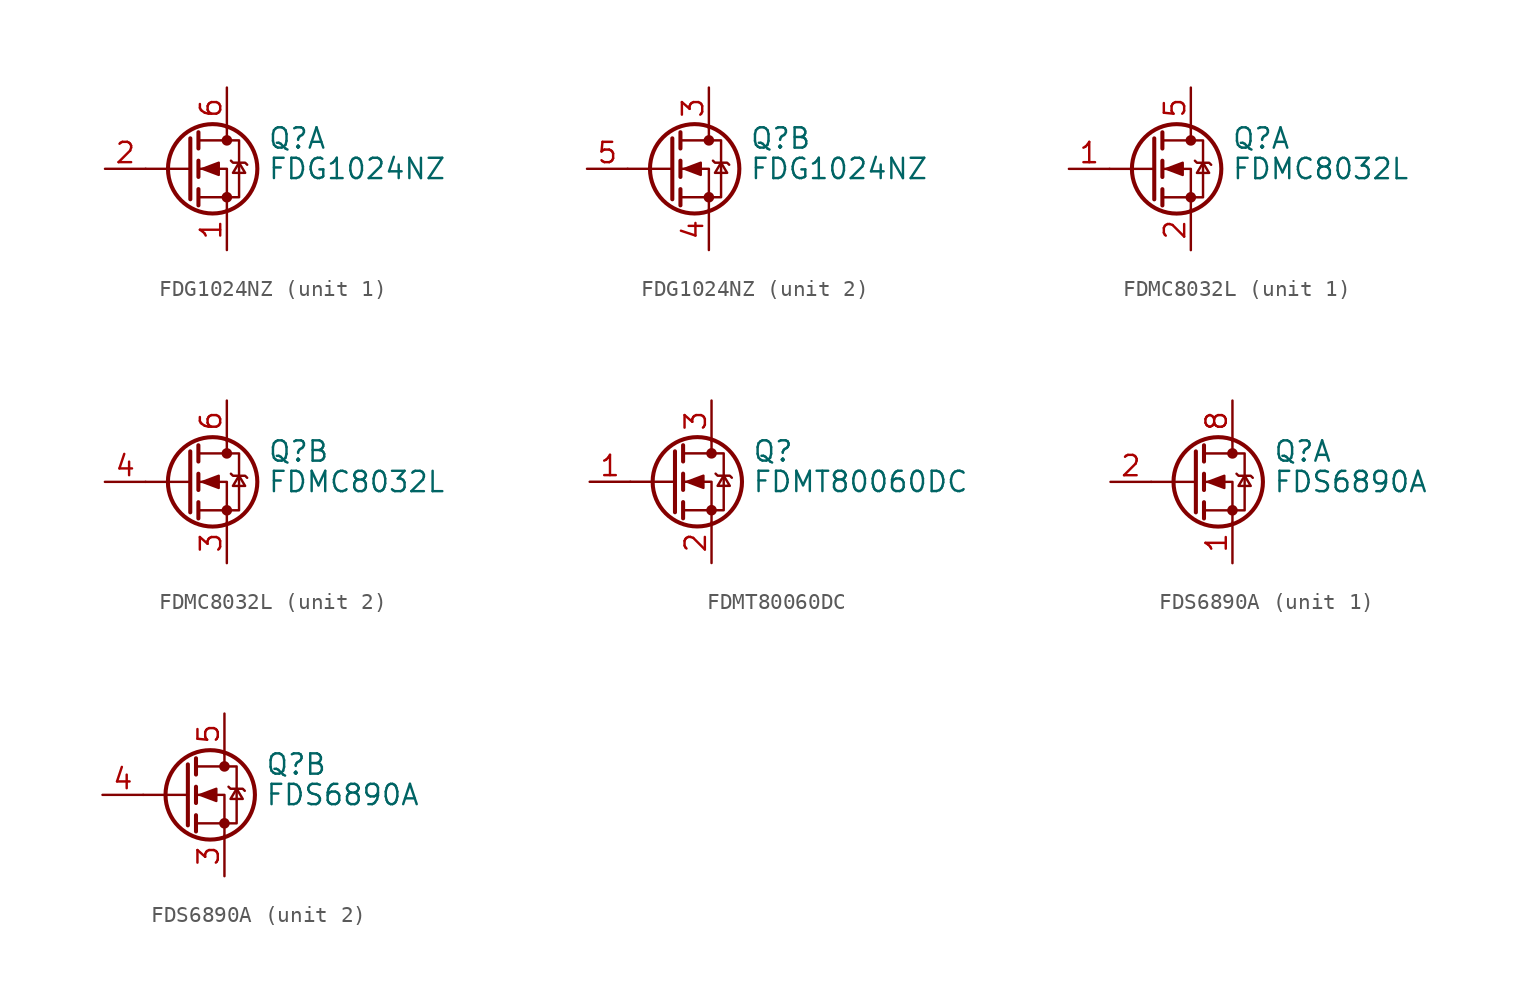
<source format=kicad_sym>
(kicad_symbol_lib
  (version 20200908)
  (generator kicad_symbol_editor)
  (symbol "Transistor_FET:FDG1024NZ"
    (pin_names hide)
    (property "Reference" "Q"
      (at 5.08 1.905 0)
      (effects (font (size 1.27 1.27)) (justify left)))
    (property "Value" "FDG1024NZ"
      (at 5.08 0 0)
      (effects (font (size 1.27 1.27)) (justify left)))
    (symbol "FDG1024NZ_0_1"
      (circle (center 1.651 0) (radius 2.794) (stroke (width 0.254)) (fill (type none)))
      (circle (center 2.54 -1.778) (radius 0.254) (stroke (width 0)) (fill (type outline)))
      (circle (center 2.54 1.778) (radius 0.254) (stroke (width 0)) (fill (type outline)))
      (polyline (pts (xy 0.254 0) (xy -2.54 0)) (stroke (width 0)) (fill (type none)))
      (polyline (pts (xy 0.254 1.905) (xy 0.254 -1.905)) (stroke (width 0.254)) (fill (type none)))
      (polyline (pts (xy 0.762 -1.27) (xy 0.762 -2.286)) (stroke (width 0.254)) (fill (type none)))
      (polyline (pts (xy 0.762 0.508) (xy 0.762 -0.508)) (stroke (width 0.254)) (fill (type none)))
      (polyline (pts (xy 0.762 2.286) (xy 0.762 1.27)) (stroke (width 0.254)) (fill (type none)))
      (polyline (pts (xy 2.54 2.54) (xy 2.54 1.778)) (stroke (width 0)) (fill (type none)))
      (polyline (pts (xy 2.54 -2.54) (xy 2.54 0) (xy 0.762 0)) (stroke (width 0)) (fill (type none)))
      (polyline (pts (xy 0.762 -1.778) (xy 3.302 -1.778) (xy 3.302 1.778) (xy 0.762 1.778)) (stroke (width 0)) (fill (type none)))
      (polyline (pts (xy 1.016 0) (xy 2.032 0.381) (xy 2.032 -0.381) (xy 1.016 0)) (stroke (width 0)) (fill (type outline)))
      (polyline (pts (xy 2.794 0.508) (xy 2.921 0.381) (xy 3.683 0.381) (xy 3.81 0.254)) (stroke (width 0)) (fill (type none)))
      (polyline (pts (xy 3.302 0.381) (xy 2.921 -0.254) (xy 3.683 -0.254) (xy 3.302 0.381)) (stroke (width 0)) (fill (type none))))
    (symbol "FDG1024NZ_1_1"
      (pin passive line (at 2.54 -5.08 90) (length 2.54) (name "S" (effects (font (size 1.27 1.27)))) (number "1" (effects (font (size 1.27 1.27)))))
      (pin passive line (at -5.08 0 0) (length 2.54) (name "G" (effects (font (size 1.27 1.27)))) (number "2" (effects (font (size 1.27 1.27)))))
      (pin passive line (at 2.54 5.08 270) (length 2.54) (name "D" (effects (font (size 1.27 1.27)))) (number "6" (effects (font (size 1.27 1.27))))))
    (symbol "FDG1024NZ_2_1"
      (pin passive line (at 2.54 5.08 270) (length 2.54) (name "D" (effects (font (size 1.27 1.27)))) (number "3" (effects (font (size 1.27 1.27)))))
      (pin passive line (at 2.54 -5.08 90) (length 2.54) (name "S" (effects (font (size 1.27 1.27)))) (number "4" (effects (font (size 1.27 1.27)))))
      (pin passive line (at -5.08 0 0) (length 2.54) (name "G" (effects (font (size 1.27 1.27)))) (number "5" (effects (font (size 1.27 1.27)))))))
  (symbol "Transistor_FET:FDMC8032L"
    (pin_names hide)
    (property "Reference" "Q"
      (at 5.08 1.905 0)
      (effects (font (size 1.27 1.27)) (justify left)))
    (property "Value" "FDMC8032L"
      (at 5.08 0 0)
      (effects (font (size 1.27 1.27)) (justify left)))
    (symbol "FDMC8032L_0_1"
      (circle (center 1.651 0) (radius 2.794) (stroke (width 0.254)) (fill (type none)))
      (circle (center 2.54 -1.778) (radius 0.254) (stroke (width 0)) (fill (type outline)))
      (circle (center 2.54 1.778) (radius 0.254) (stroke (width 0)) (fill (type outline)))
      (polyline (pts (xy 0.254 0) (xy -2.54 0)) (stroke (width 0)) (fill (type none)))
      (polyline (pts (xy 0.254 1.905) (xy 0.254 -1.905)) (stroke (width 0.254)) (fill (type none)))
      (polyline (pts (xy 0.762 -1.27) (xy 0.762 -2.286)) (stroke (width 0.254)) (fill (type none)))
      (polyline (pts (xy 0.762 0.508) (xy 0.762 -0.508)) (stroke (width 0.254)) (fill (type none)))
      (polyline (pts (xy 0.762 2.286) (xy 0.762 1.27)) (stroke (width 0.254)) (fill (type none)))
      (polyline (pts (xy 2.54 2.54) (xy 2.54 1.778)) (stroke (width 0)) (fill (type none)))
      (polyline (pts (xy 2.54 -2.54) (xy 2.54 0) (xy 0.762 0)) (stroke (width 0)) (fill (type none)))
      (polyline (pts (xy 0.762 -1.778) (xy 3.302 -1.778) (xy 3.302 1.778) (xy 0.762 1.778)) (stroke (width 0)) (fill (type none)))
      (polyline (pts (xy 1.016 0) (xy 2.032 0.381) (xy 2.032 -0.381) (xy 1.016 0)) (stroke (width 0)) (fill (type outline)))
      (polyline (pts (xy 2.794 0.508) (xy 2.921 0.381) (xy 3.683 0.381) (xy 3.81 0.254)) (stroke (width 0)) (fill (type none)))
      (polyline (pts (xy 3.302 0.381) (xy 2.921 -0.254) (xy 3.683 -0.254) (xy 3.302 0.381)) (stroke (width 0)) (fill (type none))))
    (symbol "FDMC8032L_1_1"
      (pin passive line (at -5.08 0 0) (length 2.54) (name "G1" (effects (font (size 1.27 1.27)))) (number "1" (effects (font (size 1.27 1.27)))))
      (pin passive line (at 2.54 -5.08 90) (length 2.54) (name "S1" (effects (font (size 1.27 1.27)))) (number "2" (effects (font (size 1.27 1.27)))))
      (pin passive line (at 2.54 5.08 270) (length 2.54) (name "D1" (effects (font (size 1.27 1.27)))) (number "5" (effects (font (size 1.27 1.27))))))
    (symbol "FDMC8032L_2_1"
      (pin passive line (at 2.54 -5.08 90) (length 2.54) (name "S2" (effects (font (size 1.27 1.27)))) (number "3" (effects (font (size 1.27 1.27)))))
      (pin passive line (at -5.08 0 0) (length 2.54) (name "G2" (effects (font (size 1.27 1.27)))) (number "4" (effects (font (size 1.27 1.27)))))
      (pin passive line (at 2.54 5.08 270) (length 2.54) (name "D2" (effects (font (size 1.27 1.27)))) (number "6" (effects (font (size 1.27 1.27)))))))
  (symbol "Transistor_FET:FDMT80060DC"
    (pin_names hide)
    (property "Reference" "Q"
      (at 5.08 1.905 0)
      (effects (font (size 1.27 1.27)) (justify left)))
    (property "Value" "FDMT80060DC"
      (at 5.08 0 0)
      (effects (font (size 1.27 1.27)) (justify left)))
    (symbol "FDMT80060DC_0_1"
      (circle (center 1.651 0) (radius 2.794) (stroke (width 0.254)) (fill (type none)))
      (circle (center 2.54 -1.778) (radius 0.254) (stroke (width 0)) (fill (type outline)))
      (circle (center 2.54 1.778) (radius 0.254) (stroke (width 0)) (fill (type outline)))
      (polyline (pts (xy 0.254 0) (xy -2.54 0)) (stroke (width 0)) (fill (type none)))
      (polyline (pts (xy 0.254 1.905) (xy 0.254 -1.905)) (stroke (width 0.254)) (fill (type none)))
      (polyline (pts (xy 0.762 -1.27) (xy 0.762 -2.286)) (stroke (width 0.254)) (fill (type none)))
      (polyline (pts (xy 0.762 0.508) (xy 0.762 -0.508)) (stroke (width 0.254)) (fill (type none)))
      (polyline (pts (xy 0.762 2.286) (xy 0.762 1.27)) (stroke (width 0.254)) (fill (type none)))
      (polyline (pts (xy 2.54 2.54) (xy 2.54 1.778)) (stroke (width 0)) (fill (type none)))
      (polyline (pts (xy 2.54 -2.54) (xy 2.54 0) (xy 0.762 0)) (stroke (width 0)) (fill (type none)))
      (polyline (pts (xy 0.762 -1.778) (xy 3.302 -1.778) (xy 3.302 1.778) (xy 0.762 1.778)) (stroke (width 0)) (fill (type none)))
      (polyline (pts (xy 1.016 0) (xy 2.032 0.381) (xy 2.032 -0.381) (xy 1.016 0)) (stroke (width 0)) (fill (type outline)))
      (polyline (pts (xy 2.794 0.508) (xy 2.921 0.381) (xy 3.683 0.381) (xy 3.81 0.254)) (stroke (width 0)) (fill (type none)))
      (polyline (pts (xy 3.302 0.381) (xy 2.921 -0.254) (xy 3.683 -0.254) (xy 3.302 0.381)) (stroke (width 0)) (fill (type none))))
    (symbol "FDMT80060DC_1_1"
      (pin passive line (at -5.08 0 0) (length 2.54) (name "G" (effects (font (size 1.27 1.27)))) (number "1" (effects (font (size 1.27 1.27)))))
      (pin passive line (at 2.54 -5.08 90) (length 2.54) (name "S" (effects (font (size 1.27 1.27)))) (number "2" (effects (font (size 1.27 1.27)))))
      (pin passive line (at 2.54 5.08 270) (length 2.54) (name "D" (effects (font (size 1.27 1.27)))) (number "3" (effects (font (size 1.27 1.27)))))))
  (symbol "Transistor_FET:FDS6890A"
    (pin_names hide)
    (property "Reference" "Q"
      (at 5.08 1.905 0)
      (effects (font (size 1.27 1.27)) (justify left)))
    (property "Value" "FDS6890A"
      (at 5.08 0 0)
      (effects (font (size 1.27 1.27)) (justify left)))
    (symbol "FDS6890A_0_1"
      (circle (center 1.651 0) (radius 2.794) (stroke (width 0.254)) (fill (type none)))
      (circle (center 2.54 -1.778) (radius 0.254) (stroke (width 0)) (fill (type outline)))
      (circle (center 2.54 1.778) (radius 0.254) (stroke (width 0)) (fill (type outline)))
      (polyline (pts (xy 0.254 0) (xy -2.54 0)) (stroke (width 0)) (fill (type none)))
      (polyline (pts (xy 0.254 1.905) (xy 0.254 -1.905)) (stroke (width 0.254)) (fill (type none)))
      (polyline (pts (xy 0.762 -1.27) (xy 0.762 -2.286)) (stroke (width 0.254)) (fill (type none)))
      (polyline (pts (xy 0.762 0.508) (xy 0.762 -0.508)) (stroke (width 0.254)) (fill (type none)))
      (polyline (pts (xy 0.762 2.286) (xy 0.762 1.27)) (stroke (width 0.254)) (fill (type none)))
      (polyline (pts (xy 2.54 2.54) (xy 2.54 1.778)) (stroke (width 0)) (fill (type none)))
      (polyline (pts (xy 2.54 -2.54) (xy 2.54 0) (xy 0.762 0)) (stroke (width 0)) (fill (type none)))
      (polyline (pts (xy 0.762 -1.778) (xy 3.302 -1.778) (xy 3.302 1.778) (xy 0.762 1.778)) (stroke (width 0)) (fill (type none)))
      (polyline (pts (xy 1.016 0) (xy 2.032 0.381) (xy 2.032 -0.381) (xy 1.016 0)) (stroke (width 0)) (fill (type outline)))
      (polyline (pts (xy 2.794 0.508) (xy 2.921 0.381) (xy 3.683 0.381) (xy 3.81 0.254)) (stroke (width 0)) (fill (type none)))
      (polyline (pts (xy 3.302 0.381) (xy 2.921 -0.254) (xy 3.683 -0.254) (xy 3.302 0.381)) (stroke (width 0)) (fill (type none))))
    (symbol "FDS6890A_1_1"
      (pin passive line (at 2.54 -5.08 90) (length 2.54) (name "S1" (effects (font (size 1.27 1.27)))) (number "1" (effects (font (size 1.27 1.27)))))
      (pin passive line (at -5.08 0 0) (length 2.54) (name "G1" (effects (font (size 1.27 1.27)))) (number "2" (effects (font (size 1.27 1.27)))))
      (pin passive line (at 2.54 5.08 270) (length 2.54) hide (name "D1" (effects (font (size 1.27 1.27)))) (number "7" (effects (font (size 1.27 1.27)))))
      (pin passive line (at 2.54 5.08 270) (length 2.54) (name "D1" (effects (font (size 1.27 1.27)))) (number "8" (effects (font (size 1.27 1.27))))))
    (symbol "FDS6890A_2_1"
      (pin passive line (at 2.54 -5.08 90) (length 2.54) (name "S2" (effects (font (size 1.27 1.27)))) (number "3" (effects (font (size 1.27 1.27)))))
      (pin passive line (at -5.08 0 0) (length 2.54) (name "G2" (effects (font (size 1.27 1.27)))) (number "4" (effects (font (size 1.27 1.27)))))
      (pin passive line (at 2.54 5.08 270) (length 2.54) (name "D2" (effects (font (size 1.27 1.27)))) (number "5" (effects (font (size 1.27 1.27)))))
      (pin passive line (at 2.54 5.08 270) (length 2.54) hide (name "D2" (effects (font (size 1.27 1.27)))) (number "6" (effects (font (size 1.27 1.27))))))))
</source>
